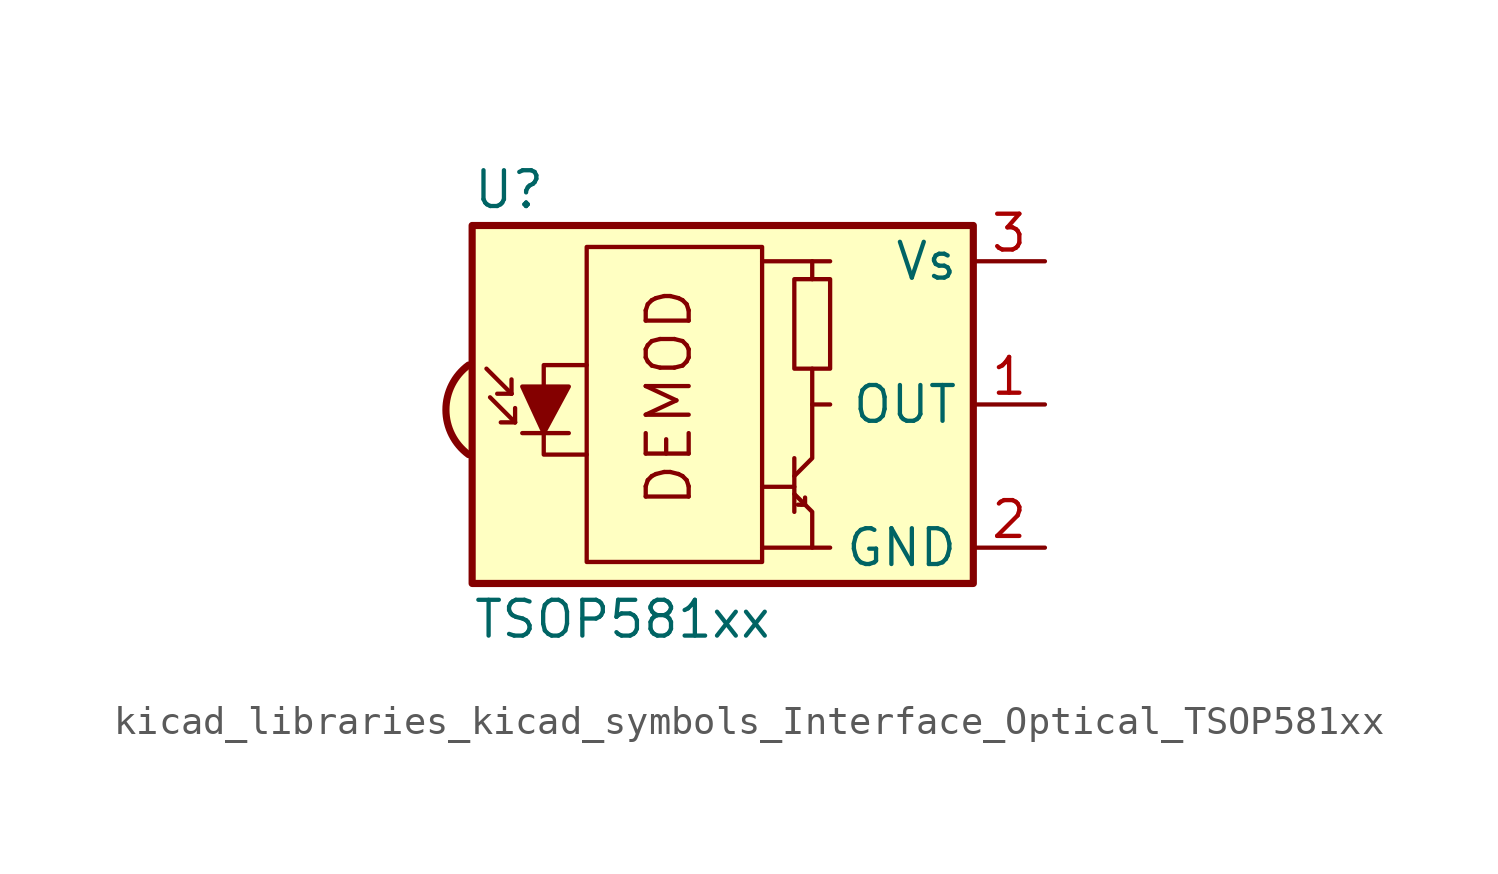
<source format=kicad_sym>
(kicad_symbol_lib
  (version 20220914)
  (generator kicad_symbol_editor)
  (symbol "kicad_libraries_kicad_symbols_Interface_Optical_TSOP581xx"
    (property "Reference" "U"
      (at -10.16 7.62 0)
      (effects (font (size 1.27 1.27)) (justify left)))
    (property "Value" "TSOP581xx"
      (at -10.16 -7.62 0)
      (effects (font (size 1.27 1.27)) (justify left)))
    (symbol "kicad_libraries_kicad_symbols_Interface_Optical_TSOP581xx_0_0"
      (arc (start -10.287 1.397) (mid -11.0899 -0.1852) (end -10.287 -1.778) (stroke (width 0.254) (type default)) (fill (type background)))
      (polyline (pts (xy 1.905 -5.08) (xy 0.127 -5.08)) (stroke (width 0) (type default)) (fill (type none)))
      (polyline (pts (xy 1.905 5.08) (xy 0.127 5.08)) (stroke (width 0) (type default)) (fill (type none)))
      (text "DEMOD" (at -3.175 0.254 900) (effects (font (size 1.524 1.524)))))
    (symbol "kicad_libraries_kicad_symbols_Interface_Optical_TSOP581xx_0_1"
      (rectangle (start -6.096 5.588) (end 0.127 -5.588) (stroke (width 0) (type default)) (fill (type none)))
      (polyline (pts (xy -8.763 0.381) (xy -9.652 1.27)) (stroke (width 0) (type default)) (fill (type none)))
      (polyline (pts (xy -8.763 0.381) (xy -9.271 0.381)) (stroke (width 0) (type default)) (fill (type none)))
      (polyline (pts (xy -8.763 0.381) (xy -8.763 0.889)) (stroke (width 0) (type default)) (fill (type none)))
      (polyline (pts (xy -8.636 -0.635) (xy -9.525 0.254)) (stroke (width 0) (type default)) (fill (type none)))
      (polyline (pts (xy -8.636 -0.635) (xy -9.144 -0.635)) (stroke (width 0) (type default)) (fill (type none)))
      (polyline (pts (xy -8.636 -0.635) (xy -8.636 -0.127)) (stroke (width 0) (type default)) (fill (type none)))
      (polyline (pts (xy -8.382 -1.016) (xy -6.731 -1.016)) (stroke (width 0) (type default)) (fill (type none)))
      (polyline (pts (xy 1.27 -2.921) (xy 0.127 -2.921)) (stroke (width 0) (type default)) (fill (type none)))
      (polyline (pts (xy 1.27 -1.905) (xy 1.27 -3.81)) (stroke (width 0) (type default)) (fill (type none)))
      (polyline (pts (xy 1.397 -3.556) (xy 1.524 -3.556)) (stroke (width 0) (type default)) (fill (type none)))
      (polyline (pts (xy 1.651 -3.556) (xy 1.524 -3.556)) (stroke (width 0) (type default)) (fill (type none)))
      (polyline (pts (xy 1.651 -3.556) (xy 1.651 -3.302)) (stroke (width 0) (type default)) (fill (type none)))
      (polyline (pts (xy 1.905 0) (xy 1.905 1.27)) (stroke (width 0) (type default)) (fill (type none)))
      (polyline (pts (xy 1.905 4.445) (xy 1.905 5.08) (xy 2.54 5.08)) (stroke (width 0) (type default)) (fill (type none)))
      (polyline (pts (xy -8.382 0.635) (xy -6.731 0.635) (xy -7.62 -1.016) (xy -8.382 0.635)) (stroke (width 0) (type default)) (fill (type outline)))
      (polyline (pts (xy -6.096 1.397) (xy -7.62 1.397) (xy -7.62 -1.778) (xy -6.096 -1.778)) (stroke (width 0) (type default)) (fill (type none)))
      (polyline (pts (xy 1.27 -3.175) (xy 1.905 -3.81) (xy 1.905 -5.08) (xy 2.54 -5.08)) (stroke (width 0) (type default)) (fill (type none)))
      (polyline (pts (xy 1.27 -2.54) (xy 1.905 -1.905) (xy 1.905 0) (xy 2.54 0)) (stroke (width 0) (type default)) (fill (type none)))
      (rectangle (start 2.54 1.27) (end 1.27 4.445) (stroke (width 0) (type default)) (fill (type none)))
      (rectangle (start 7.62 6.35) (end -10.16 -6.35) (stroke (width 0.254) (type default)) (fill (type background))))
    (symbol "kicad_libraries_kicad_symbols_Interface_Optical_TSOP581xx_1_1"
      (pin output line (at 10.16 0 180) (length 2.54) (name "OUT" (effects (font (size 1.27 1.27)))) (number "1" (effects (font (size 1.27 1.27)))))
      (pin power_in line (at 10.16 -5.08 180) (length 2.54) (name "GND" (effects (font (size 1.27 1.27)))) (number "2" (effects (font (size 1.27 1.27)))))
      (pin power_in line (at 10.16 5.08 180) (length 2.54) (name "Vs" (effects (font (size 1.27 1.27)))) (number "3" (effects (font (size 1.27 1.27))))))))
</source>
